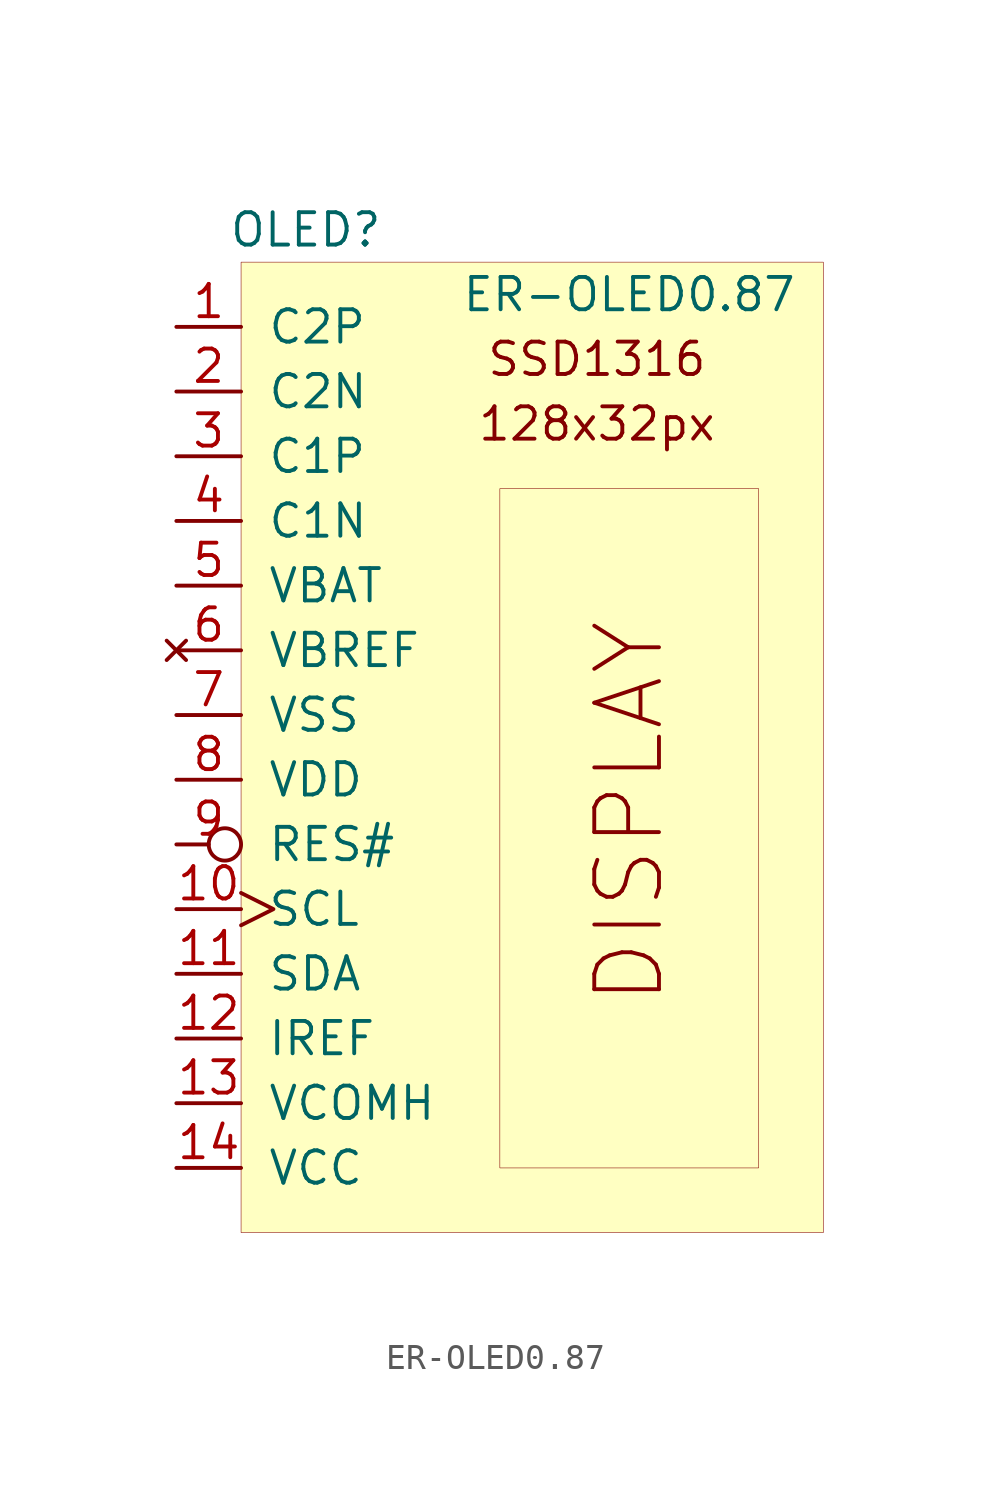
<source format=kicad_sym>
(kicad_symbol_lib
  (version 20200908)
  (generator kicad_symbol_editor)
  (symbol "ER-OLED0.87:ER-OLED0.87"
    (pin_names
      (offset 1.016))
    (property "Reference" "OLED"
      (at -8.89 19.05 0)
      (effects (font (size 1.27 1.27))))
    (property "Value" "ER-OLED0.87"
      (at 3.81 16.51 0)
      (effects (font (size 1.27 1.27))))
    (symbol "ER-OLED0.87_0_0"
      (text "SSD1316" (at 2.54 13.97 0) (effects (font (size 1.27 1.27))))
      (text "128x32px" (at 2.54 11.43 0) (effects (font (size 1.27 1.27))))
      (text "DISPLAY" (at 3.81 -3.81 900) (effects (font (size 2.54 2.54))))
      (rectangle (start -1.27 8.89) (end 8.89 -17.78) (stroke (width 0.001)) (fill (type none))))
    (symbol "ER-OLED0.87_0_1"
      (rectangle (start -11.43 17.78) (end 11.43 -20.32) (stroke (width 0.001)) (fill (type background))))
    (symbol "ER-OLED0.87_1_1"
      (pin passive line (at -13.97 15.24 0) (length 2.54) (name "C2P" (effects (font (size 1.27 1.27)))) (number "1" (effects (font (size 1.27 1.27)))))
      (pin passive line (at -13.97 12.7 0) (length 2.54) (name "C2N" (effects (font (size 1.27 1.27)))) (number "2" (effects (font (size 1.27 1.27)))))
      (pin passive line (at -13.97 10.16 0) (length 2.54) (name "C1P" (effects (font (size 1.27 1.27)))) (number "3" (effects (font (size 1.27 1.27)))))
      (pin passive line (at -13.97 7.62 0) (length 2.54) (name "C1N" (effects (font (size 1.27 1.27)))) (number "4" (effects (font (size 1.27 1.27)))))
      (pin passive line (at -13.97 5.08 0) (length 2.54) (name "VBAT" (effects (font (size 1.27 1.27)))) (number "5" (effects (font (size 1.27 1.27)))))
      (pin unconnected line (at -13.97 2.54 0) (length 2.54) (name "VBREF" (effects (font (size 1.27 1.27)))) (number "6" (effects (font (size 1.27 1.27)))))
      (pin power_in line (at -13.97 0 0) (length 2.54) (name "VSS" (effects (font (size 1.27 1.27)))) (number "7" (effects (font (size 1.27 1.27)))))
      (pin power_in line (at -13.97 -2.54 0) (length 2.54) (name "VDD" (effects (font (size 1.27 1.27)))) (number "8" (effects (font (size 1.27 1.27)))))
      (pin input inverted (at -13.97 -5.08 0) (length 2.54) (name "RES#" (effects (font (size 1.27 1.27)))) (number "9" (effects (font (size 1.27 1.27)))))
      (pin bidirectional clock (at -13.97 -7.62 0) (length 2.54) (name "SCL" (effects (font (size 1.27 1.27)))) (number "10" (effects (font (size 1.27 1.27)))))
      (pin bidirectional line (at -13.97 -10.16 0) (length 2.54) (name "SDA" (effects (font (size 1.27 1.27)))) (number "11" (effects (font (size 1.27 1.27)))))
      (pin bidirectional line (at -13.97 -12.7 0) (length 2.54) (name "IREF" (effects (font (size 1.27 1.27)))) (number "12" (effects (font (size 1.27 1.27)))))
      (pin passive line (at -13.97 -15.24 0) (length 2.54) (name "VCOMH" (effects (font (size 1.27 1.27)))) (number "13" (effects (font (size 1.27 1.27)))))
      (pin passive line (at -13.97 -17.78 0) (length 2.54) (name "VCC" (effects (font (size 1.27 1.27)))) (number "14" (effects (font (size 1.27 1.27))))))))
</source>
